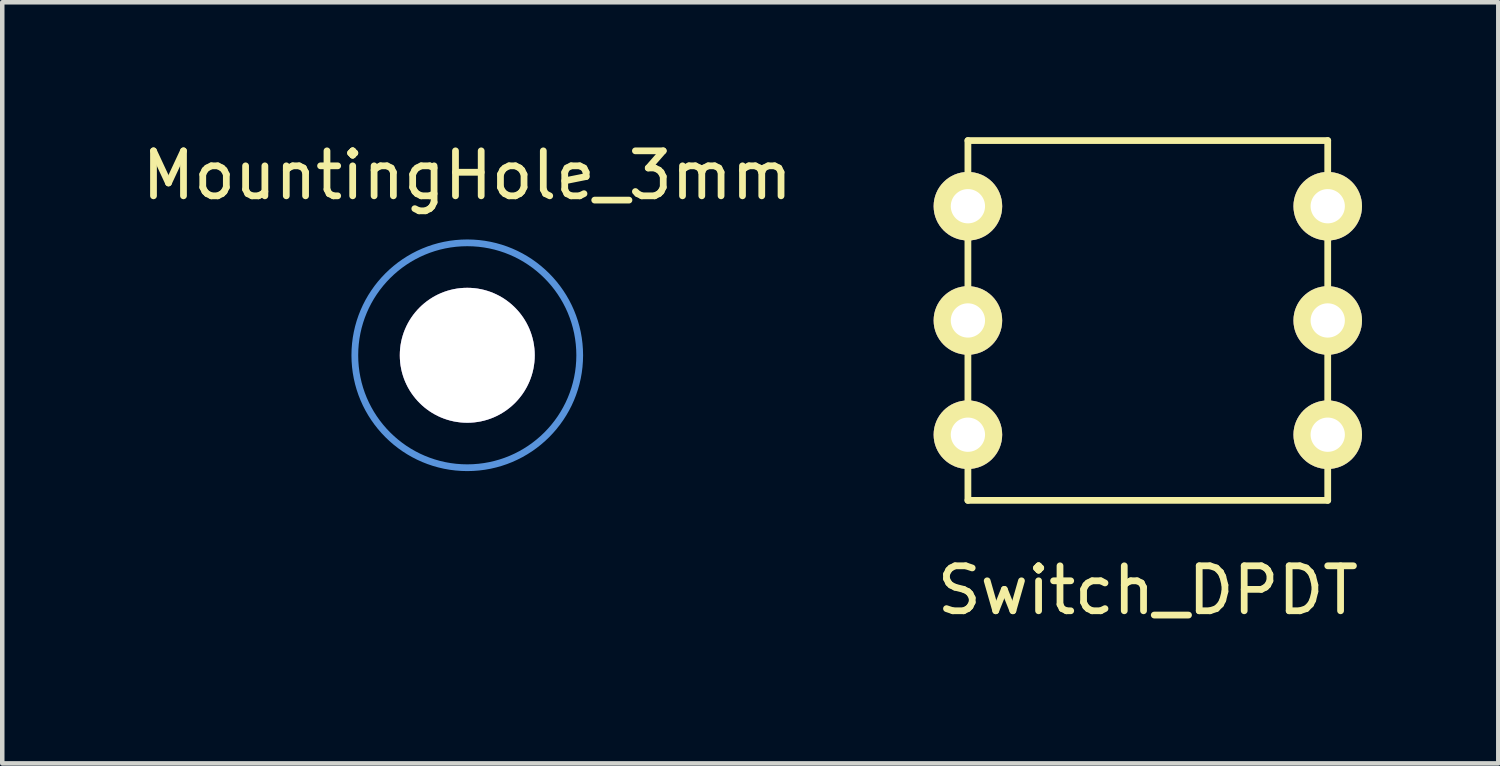
<source format=kicad_pcb>
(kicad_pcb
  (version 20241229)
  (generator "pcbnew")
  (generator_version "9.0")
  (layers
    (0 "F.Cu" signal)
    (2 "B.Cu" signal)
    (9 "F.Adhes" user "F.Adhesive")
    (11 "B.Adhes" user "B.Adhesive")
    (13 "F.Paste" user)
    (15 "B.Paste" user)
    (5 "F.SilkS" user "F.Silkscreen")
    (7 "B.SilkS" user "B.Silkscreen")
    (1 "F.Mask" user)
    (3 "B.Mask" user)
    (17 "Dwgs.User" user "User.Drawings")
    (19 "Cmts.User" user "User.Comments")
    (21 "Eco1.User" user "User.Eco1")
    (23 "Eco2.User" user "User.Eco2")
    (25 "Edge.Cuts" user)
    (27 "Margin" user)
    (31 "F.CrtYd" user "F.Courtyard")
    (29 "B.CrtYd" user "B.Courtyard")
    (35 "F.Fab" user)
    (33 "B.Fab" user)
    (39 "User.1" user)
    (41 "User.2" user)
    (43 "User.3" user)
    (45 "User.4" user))
  (footprint "Switch_DPDT"
    (layer "F.Cu")
    (at 22.47 4.075)
    (property "Reference" "Switch_DPDT" (at 0 6 0) (layer "F.SilkS") (effects (font (size 1 1) (thickness 0.15))))
    (attr through_hole)
    (fp_line (start -4 -4) (end 4 -4) (stroke (width 0.15) (type solid)) (layer "F.SilkS"))
    (fp_line (start -4 4) (end -4 -4) (stroke (width 0.15) (type solid)) (layer "F.SilkS"))
    (fp_line (start 4 -4) (end 4 4) (stroke (width 0.15) (type solid)) (layer "F.SilkS"))
    (fp_line (start 4 4) (end -4 4) (stroke (width 0.15) (type solid)) (layer "F.SilkS"))
    (pad "" thru_hole circle (at -4 -2.54) (size 1.524 1.524) (drill 0.762) (layers "*.Cu" "*.Mask" "F.SilkS"))
    (pad "" thru_hole circle (at 4 -2.54) (size 1.524 1.524) (drill 0.762) (layers "*.Cu" "*.Mask" "F.SilkS"))
    (pad "" thru_hole circle (at 4 0) (size 1.524 1.524) (drill 0.762) (layers "*.Cu" "*.Mask" "F.SilkS"))
    (pad "" thru_hole circle (at 4 2.54) (size 1.524 1.524) (drill 0.762) (layers "*.Cu" "*.Mask" "F.SilkS"))
    (pad "1" thru_hole circle (at -4 0) (size 1.524 1.524) (drill 0.762) (layers "*.Cu" "*.Mask" "F.SilkS"))
    (pad "2" thru_hole circle (at -4 2.54) (size 1.524 1.524) (drill 0.762) (layers "*.Cu" "*.Mask" "F.SilkS")))
  (footprint "MountingHole_3mm"
    (layer "F.Cu")
    (at 7.339 4.849)
    (property "Reference" "MountingHole_3mm" (at 0 -4 0) (layer "F.SilkS") (effects (font (size 1 1) (thickness 0.15))))
    (attr through_hole)
    (fp_circle (center 0 0) (end 0 -2.5) (stroke (width 0.15) (type solid)) (fill no) (layer "Cmts.User"))
    (pad "" thru_hole circle (at 0 0) (size 3 3) (drill 3) (layers)))
  (gr_rect
    (start -3 -3)
    (end 30.262 13.923)
    (stroke (width 0.1) (type default))
    (fill no)
    (layer "Edge.Cuts")))
</source>
